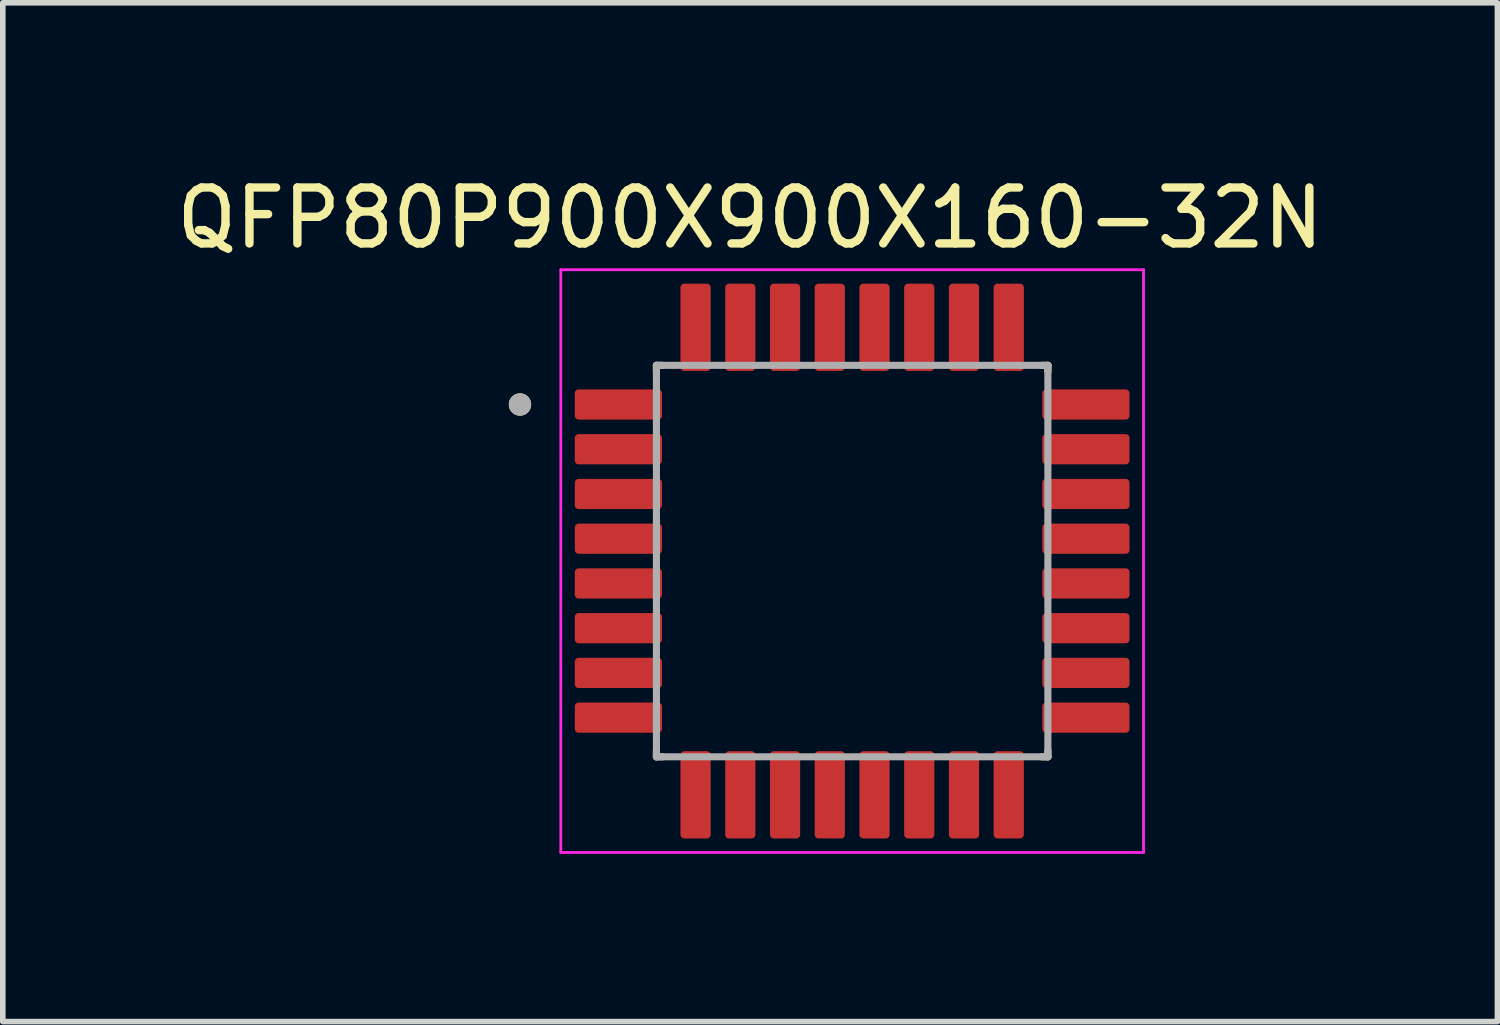
<source format=kicad_pcb>
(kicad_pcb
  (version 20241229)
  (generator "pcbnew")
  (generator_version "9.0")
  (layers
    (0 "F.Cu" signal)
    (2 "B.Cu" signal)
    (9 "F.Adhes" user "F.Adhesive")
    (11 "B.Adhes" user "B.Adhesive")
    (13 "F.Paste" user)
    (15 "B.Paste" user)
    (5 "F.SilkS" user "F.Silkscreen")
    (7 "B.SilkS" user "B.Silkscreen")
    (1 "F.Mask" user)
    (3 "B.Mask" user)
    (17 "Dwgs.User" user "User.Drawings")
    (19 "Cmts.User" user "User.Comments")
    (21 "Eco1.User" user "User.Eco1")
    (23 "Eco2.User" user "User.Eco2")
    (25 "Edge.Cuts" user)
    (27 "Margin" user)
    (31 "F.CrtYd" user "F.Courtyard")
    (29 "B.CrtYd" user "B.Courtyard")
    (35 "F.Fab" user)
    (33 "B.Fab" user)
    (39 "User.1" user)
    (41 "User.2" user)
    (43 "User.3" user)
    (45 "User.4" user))
  (footprint "QFP80P900X900X160-32N"
    (layer "F.Cu")
    (at 12.188 6.983)
    (property "Reference" "QFP80P900X900X160-32N" (at -1.825 -6.135 0) (layer "F.SilkS") (effects (font (size 1 1) (thickness 0.15))))
    (attr smd)
    (fp_line (start -3.5 -3.5) (end -3.5 -3.39) (stroke (width 0.127) (type solid)) (layer "F.SilkS"))
    (fp_line (start -3.5 -3.5) (end -3.39 -3.5) (stroke (width 0.127) (type solid)) (layer "F.SilkS"))
    (fp_line (start -3.5 3.5) (end -3.5 3.39) (stroke (width 0.127) (type solid)) (layer "F.SilkS"))
    (fp_line (start -3.5 3.5) (end -3.39 3.5) (stroke (width 0.127) (type solid)) (layer "F.SilkS"))
    (fp_line (start 3.5 -3.5) (end 3.39 -3.5) (stroke (width 0.127) (type solid)) (layer "F.SilkS"))
    (fp_line (start 3.5 -3.5) (end 3.5 -3.39) (stroke (width 0.127) (type solid)) (layer "F.SilkS"))
    (fp_line (start 3.5 3.5) (end 3.39 3.5) (stroke (width 0.127) (type solid)) (layer "F.SilkS"))
    (fp_line (start 3.5 3.5) (end 3.5 3.39) (stroke (width 0.127) (type solid)) (layer "F.SilkS"))
    (fp_circle (center -5.94 -2.8) (end -5.84 -2.8) (stroke (width 0.2) (type solid)) (fill no) (layer "F.SilkS"))
    (fp_line (start -5.21 -5.21) (end 5.21 -5.21) (stroke (width 0.05) (type solid)) (layer "F.CrtYd"))
    (fp_line (start -5.21 5.21) (end -5.21 -5.21) (stroke (width 0.05) (type solid)) (layer "F.CrtYd"))
    (fp_line (start -5.21 5.21) (end 5.21 5.21) (stroke (width 0.05) (type solid)) (layer "F.CrtYd"))
    (fp_line (start 5.21 5.21) (end 5.21 -5.21) (stroke (width 0.05) (type solid)) (layer "F.CrtYd"))
    (fp_line (start -3.5 3.5) (end -3.5 -3.5) (stroke (width 0.127) (type solid)) (layer "F.Fab"))
    (fp_line (start 3.5 -3.5) (end -3.5 -3.5) (stroke (width 0.127) (type solid)) (layer "F.Fab"))
    (fp_line (start 3.5 3.5) (end -3.5 3.5) (stroke (width 0.127) (type solid)) (layer "F.Fab"))
    (fp_line (start 3.5 3.5) (end 3.5 -3.5) (stroke (width 0.127) (type solid)) (layer "F.Fab"))
    (fp_circle (center -5.94 -2.8) (end -5.84 -2.8) (stroke (width 0.2) (type solid)) (fill no) (layer "F.Fab"))
    (pad "1" smd roundrect (at -4.18 -2.8) (size 1.56 0.54) (layers "F.Cu" "F.Mask" "F.Paste") (roundrect_rratio 0.125))
    (pad "2" smd roundrect (at -4.18 -2) (size 1.56 0.54) (layers "F.Cu" "F.Mask" "F.Paste") (roundrect_rratio 0.125))
    (pad "3" smd roundrect (at -4.18 -1.2) (size 1.56 0.54) (layers "F.Cu" "F.Mask" "F.Paste") (roundrect_rratio 0.125))
    (pad "4" smd roundrect (at -4.18 -0.4) (size 1.56 0.54) (layers "F.Cu" "F.Mask" "F.Paste") (roundrect_rratio 0.125))
    (pad "5" smd roundrect (at -4.18 0.4) (size 1.56 0.54) (layers "F.Cu" "F.Mask" "F.Paste") (roundrect_rratio 0.125))
    (pad "6" smd roundrect (at -4.18 1.2) (size 1.56 0.54) (layers "F.Cu" "F.Mask" "F.Paste") (roundrect_rratio 0.125))
    (pad "7" smd roundrect (at -4.18 2) (size 1.56 0.54) (layers "F.Cu" "F.Mask" "F.Paste") (roundrect_rratio 0.125))
    (pad "8" smd roundrect (at -4.18 2.8) (size 1.56 0.54) (layers "F.Cu" "F.Mask" "F.Paste") (roundrect_rratio 0.125))
    (pad "9" smd roundrect (at -2.8 4.18) (size 0.54 1.56) (layers "F.Cu" "F.Mask" "F.Paste") (roundrect_rratio 0.125))
    (pad "10" smd roundrect (at -2 4.18) (size 0.54 1.56) (layers "F.Cu" "F.Mask" "F.Paste") (roundrect_rratio 0.125))
    (pad "11" smd roundrect (at -1.2 4.18) (size 0.54 1.56) (layers "F.Cu" "F.Mask" "F.Paste") (roundrect_rratio 0.125))
    (pad "12" smd roundrect (at -0.4 4.18) (size 0.54 1.56) (layers "F.Cu" "F.Mask" "F.Paste") (roundrect_rratio 0.125))
    (pad "13" smd roundrect (at 0.4 4.18) (size 0.54 1.56) (layers "F.Cu" "F.Mask" "F.Paste") (roundrect_rratio 0.125))
    (pad "14" smd roundrect (at 1.2 4.18) (size 0.54 1.56) (layers "F.Cu" "F.Mask" "F.Paste") (roundrect_rratio 0.125))
    (pad "15" smd roundrect (at 2 4.18) (size 0.54 1.56) (layers "F.Cu" "F.Mask" "F.Paste") (roundrect_rratio 0.125))
    (pad "16" smd roundrect (at 2.8 4.18) (size 0.54 1.56) (layers "F.Cu" "F.Mask" "F.Paste") (roundrect_rratio 0.125))
    (pad "17" smd roundrect (at 4.18 2.8) (size 1.56 0.54) (layers "F.Cu" "F.Mask" "F.Paste") (roundrect_rratio 0.125))
    (pad "18" smd roundrect (at 4.18 2) (size 1.56 0.54) (layers "F.Cu" "F.Mask" "F.Paste") (roundrect_rratio 0.125))
    (pad "19" smd roundrect (at 4.18 1.2) (size 1.56 0.54) (layers "F.Cu" "F.Mask" "F.Paste") (roundrect_rratio 0.125))
    (pad "20" smd roundrect (at 4.18 0.4) (size 1.56 0.54) (layers "F.Cu" "F.Mask" "F.Paste") (roundrect_rratio 0.125))
    (pad "21" smd roundrect (at 4.18 -0.4) (size 1.56 0.54) (layers "F.Cu" "F.Mask" "F.Paste") (roundrect_rratio 0.125))
    (pad "22" smd roundrect (at 4.18 -1.2) (size 1.56 0.54) (layers "F.Cu" "F.Mask" "F.Paste") (roundrect_rratio 0.125))
    (pad "23" smd roundrect (at 4.18 -2) (size 1.56 0.54) (layers "F.Cu" "F.Mask" "F.Paste") (roundrect_rratio 0.125))
    (pad "24" smd roundrect (at 4.18 -2.8) (size 1.56 0.54) (layers "F.Cu" "F.Mask" "F.Paste") (roundrect_rratio 0.125))
    (pad "25" smd roundrect (at 2.8 -4.18) (size 0.54 1.56) (layers "F.Cu" "F.Mask" "F.Paste") (roundrect_rratio 0.125))
    (pad "26" smd roundrect (at 2 -4.18) (size 0.54 1.56) (layers "F.Cu" "F.Mask" "F.Paste") (roundrect_rratio 0.125))
    (pad "27" smd roundrect (at 1.2 -4.18) (size 0.54 1.56) (layers "F.Cu" "F.Mask" "F.Paste") (roundrect_rratio 0.125))
    (pad "28" smd roundrect (at 0.4 -4.18) (size 0.54 1.56) (layers "F.Cu" "F.Mask" "F.Paste") (roundrect_rratio 0.125))
    (pad "29" smd roundrect (at -0.4 -4.18) (size 0.54 1.56) (layers "F.Cu" "F.Mask" "F.Paste") (roundrect_rratio 0.125))
    (pad "30" smd roundrect (at -1.2 -4.18) (size 0.54 1.56) (layers "F.Cu" "F.Mask" "F.Paste") (roundrect_rratio 0.125))
    (pad "31" smd roundrect (at -2 -4.18) (size 0.54 1.56) (layers "F.Cu" "F.Mask" "F.Paste") (roundrect_rratio 0.125))
    (pad "32" smd roundrect (at -2.8 -4.18) (size 0.54 1.56) (layers "F.Cu" "F.Mask" "F.Paste") (roundrect_rratio 0.125)))
  (gr_rect
    (start -3 -3)
    (end 23.726 15.218)
    (stroke (width 0.1) (type default))
    (fill no)
    (layer "Edge.Cuts")))
</source>
